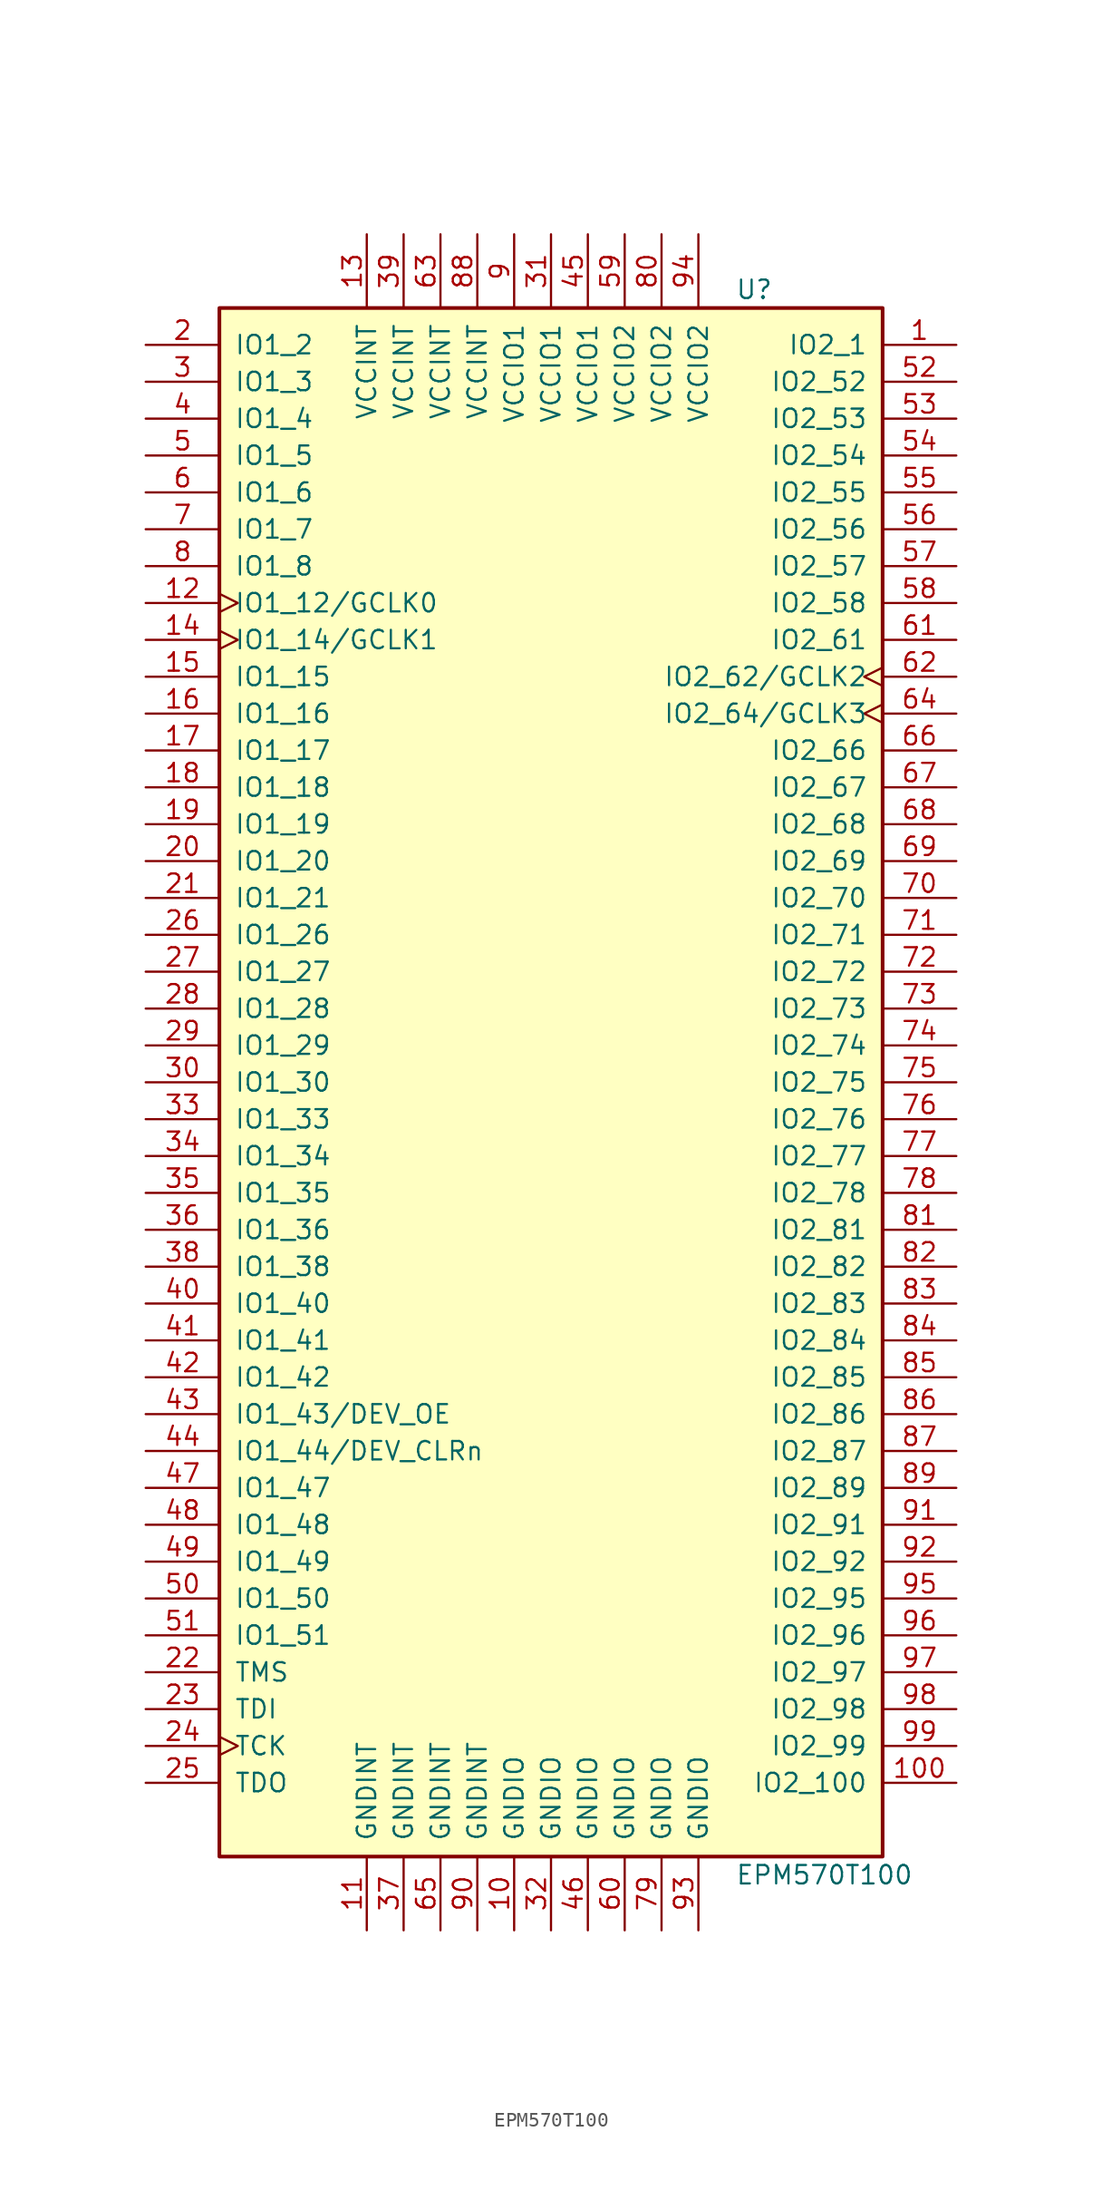
<source format=kicad_sym>
(kicad_symbol_lib
  (version 20241209)
  (generator "kicad_symbol_editor")
  (generator_version "9.0")
  (symbol "EPM570T100"
    (pin_names
      (offset 1.016))
    (property "Reference" "U"
      (at 12.7 54.61 0)
      (effects (font (size 1.27 1.27)) (justify left)))
    (property "Value" "EPM570T100"
      (at 12.7 -54.61 0)
      (effects (font (size 1.27 1.27)) (justify left)))
    (property "ki_locked" ""
      (at 0 0 0)
      (effects (font (size 1.27 1.27))))
    (symbol "EPM570T100_1_1"
      (rectangle (start -22.86 53.34) (end 22.86 -53.34) (stroke (width 0.254) (type solid)) (fill (type background)))
      (pin bidirectional line (at -27.94 50.8 0) (length 5.08) (name "IO1_2" (effects (font (size 1.27 1.27)))) (number "2" (effects (font (size 1.27 1.27)))))
      (pin bidirectional line (at -27.94 48.26 0) (length 5.08) (name "IO1_3" (effects (font (size 1.27 1.27)))) (number "3" (effects (font (size 1.27 1.27)))))
      (pin bidirectional line (at -27.94 45.72 0) (length 5.08) (name "IO1_4" (effects (font (size 1.27 1.27)))) (number "4" (effects (font (size 1.27 1.27)))))
      (pin bidirectional line (at -27.94 43.18 0) (length 5.08) (name "IO1_5" (effects (font (size 1.27 1.27)))) (number "5" (effects (font (size 1.27 1.27)))))
      (pin bidirectional line (at -27.94 40.64 0) (length 5.08) (name "IO1_6" (effects (font (size 1.27 1.27)))) (number "6" (effects (font (size 1.27 1.27)))))
      (pin bidirectional line (at -27.94 38.1 0) (length 5.08) (name "IO1_7" (effects (font (size 1.27 1.27)))) (number "7" (effects (font (size 1.27 1.27)))))
      (pin bidirectional line (at -27.94 35.56 0) (length 5.08) (name "IO1_8" (effects (font (size 1.27 1.27)))) (number "8" (effects (font (size 1.27 1.27)))))
      (pin bidirectional clock (at -27.94 33.02 0) (length 5.08) (name "IO1_12/GCLK0" (effects (font (size 1.27 1.27)))) (number "12" (effects (font (size 1.27 1.27)))))
      (pin bidirectional clock (at -27.94 30.48 0) (length 5.08) (name "IO1_14/GCLK1" (effects (font (size 1.27 1.27)))) (number "14" (effects (font (size 1.27 1.27)))))
      (pin bidirectional line (at -27.94 27.94 0) (length 5.08) (name "IO1_15" (effects (font (size 1.27 1.27)))) (number "15" (effects (font (size 1.27 1.27)))))
      (pin bidirectional line (at -27.94 25.4 0) (length 5.08) (name "IO1_16" (effects (font (size 1.27 1.27)))) (number "16" (effects (font (size 1.27 1.27)))))
      (pin bidirectional line (at -27.94 22.86 0) (length 5.08) (name "IO1_17" (effects (font (size 1.27 1.27)))) (number "17" (effects (font (size 1.27 1.27)))))
      (pin bidirectional line (at -27.94 20.32 0) (length 5.08) (name "IO1_18" (effects (font (size 1.27 1.27)))) (number "18" (effects (font (size 1.27 1.27)))))
      (pin bidirectional line (at -27.94 17.78 0) (length 5.08) (name "IO1_19" (effects (font (size 1.27 1.27)))) (number "19" (effects (font (size 1.27 1.27)))))
      (pin bidirectional line (at -27.94 15.24 0) (length 5.08) (name "IO1_20" (effects (font (size 1.27 1.27)))) (number "20" (effects (font (size 1.27 1.27)))))
      (pin bidirectional line (at -27.94 12.7 0) (length 5.08) (name "IO1_21" (effects (font (size 1.27 1.27)))) (number "21" (effects (font (size 1.27 1.27)))))
      (pin bidirectional line (at -27.94 10.16 0) (length 5.08) (name "IO1_26" (effects (font (size 1.27 1.27)))) (number "26" (effects (font (size 1.27 1.27)))))
      (pin bidirectional line (at -27.94 7.62 0) (length 5.08) (name "IO1_27" (effects (font (size 1.27 1.27)))) (number "27" (effects (font (size 1.27 1.27)))))
      (pin bidirectional line (at -27.94 5.08 0) (length 5.08) (name "IO1_28" (effects (font (size 1.27 1.27)))) (number "28" (effects (font (size 1.27 1.27)))))
      (pin bidirectional line (at -27.94 2.54 0) (length 5.08) (name "IO1_29" (effects (font (size 1.27 1.27)))) (number "29" (effects (font (size 1.27 1.27)))))
      (pin bidirectional line (at -27.94 0 0) (length 5.08) (name "IO1_30" (effects (font (size 1.27 1.27)))) (number "30" (effects (font (size 1.27 1.27)))))
      (pin bidirectional line (at -27.94 -2.54 0) (length 5.08) (name "IO1_33" (effects (font (size 1.27 1.27)))) (number "33" (effects (font (size 1.27 1.27)))))
      (pin bidirectional line (at -27.94 -5.08 0) (length 5.08) (name "IO1_34" (effects (font (size 1.27 1.27)))) (number "34" (effects (font (size 1.27 1.27)))))
      (pin bidirectional line (at -27.94 -7.62 0) (length 5.08) (name "IO1_35" (effects (font (size 1.27 1.27)))) (number "35" (effects (font (size 1.27 1.27)))))
      (pin bidirectional line (at -27.94 -10.16 0) (length 5.08) (name "IO1_36" (effects (font (size 1.27 1.27)))) (number "36" (effects (font (size 1.27 1.27)))))
      (pin bidirectional line (at -27.94 -12.7 0) (length 5.08) (name "IO1_38" (effects (font (size 1.27 1.27)))) (number "38" (effects (font (size 1.27 1.27)))))
      (pin bidirectional line (at -27.94 -15.24 0) (length 5.08) (name "IO1_40" (effects (font (size 1.27 1.27)))) (number "40" (effects (font (size 1.27 1.27)))))
      (pin bidirectional line (at -27.94 -17.78 0) (length 5.08) (name "IO1_41" (effects (font (size 1.27 1.27)))) (number "41" (effects (font (size 1.27 1.27)))))
      (pin bidirectional line (at -27.94 -20.32 0) (length 5.08) (name "IO1_42" (effects (font (size 1.27 1.27)))) (number "42" (effects (font (size 1.27 1.27)))))
      (pin bidirectional line (at -27.94 -22.86 0) (length 5.08) (name "IO1_43/DEV_OE" (effects (font (size 1.27 1.27)))) (number "43" (effects (font (size 1.27 1.27)))))
      (pin bidirectional line (at -27.94 -25.4 0) (length 5.08) (name "IO1_44/DEV_CLRn" (effects (font (size 1.27 1.27)))) (number "44" (effects (font (size 1.27 1.27)))))
      (pin bidirectional line (at -27.94 -27.94 0) (length 5.08) (name "IO1_47" (effects (font (size 1.27 1.27)))) (number "47" (effects (font (size 1.27 1.27)))))
      (pin bidirectional line (at -27.94 -30.48 0) (length 5.08) (name "IO1_48" (effects (font (size 1.27 1.27)))) (number "48" (effects (font (size 1.27 1.27)))))
      (pin bidirectional line (at -27.94 -33.02 0) (length 5.08) (name "IO1_49" (effects (font (size 1.27 1.27)))) (number "49" (effects (font (size 1.27 1.27)))))
      (pin bidirectional line (at -27.94 -35.56 0) (length 5.08) (name "IO1_50" (effects (font (size 1.27 1.27)))) (number "50" (effects (font (size 1.27 1.27)))))
      (pin bidirectional line (at -27.94 -38.1 0) (length 5.08) (name "IO1_51" (effects (font (size 1.27 1.27)))) (number "51" (effects (font (size 1.27 1.27)))))
      (pin input line (at -27.94 -40.64 0) (length 5.08) (name "TMS" (effects (font (size 1.27 1.27)))) (number "22" (effects (font (size 1.27 1.27)))))
      (pin input line (at -27.94 -43.18 0) (length 5.08) (name "TDI" (effects (font (size 1.27 1.27)))) (number "23" (effects (font (size 1.27 1.27)))))
      (pin input clock (at -27.94 -45.72 0) (length 5.08) (name "TCK" (effects (font (size 1.27 1.27)))) (number "24" (effects (font (size 1.27 1.27)))))
      (pin output line (at -27.94 -48.26 0) (length 5.08) (name "TDO" (effects (font (size 1.27 1.27)))) (number "25" (effects (font (size 1.27 1.27)))))
      (pin power_in line (at -12.7 58.42 270) (length 5.08) (name "VCCINT" (effects (font (size 1.27 1.27)))) (number "13" (effects (font (size 1.27 1.27)))))
      (pin power_in line (at -12.7 -58.42 90) (length 5.08) (name "GNDINT" (effects (font (size 1.27 1.27)))) (number "11" (effects (font (size 1.27 1.27)))))
      (pin power_in line (at -10.16 58.42 270) (length 5.08) (name "VCCINT" (effects (font (size 1.27 1.27)))) (number "39" (effects (font (size 1.27 1.27)))))
      (pin power_in line (at -10.16 -58.42 90) (length 5.08) (name "GNDINT" (effects (font (size 1.27 1.27)))) (number "37" (effects (font (size 1.27 1.27)))))
      (pin power_in line (at -7.62 58.42 270) (length 5.08) (name "VCCINT" (effects (font (size 1.27 1.27)))) (number "63" (effects (font (size 1.27 1.27)))))
      (pin power_in line (at -7.62 -58.42 90) (length 5.08) (name "GNDINT" (effects (font (size 1.27 1.27)))) (number "65" (effects (font (size 1.27 1.27)))))
      (pin power_in line (at -5.08 58.42 270) (length 5.08) (name "VCCINT" (effects (font (size 1.27 1.27)))) (number "88" (effects (font (size 1.27 1.27)))))
      (pin power_in line (at -5.08 -58.42 90) (length 5.08) (name "GNDINT" (effects (font (size 1.27 1.27)))) (number "90" (effects (font (size 1.27 1.27)))))
      (pin power_in line (at -2.54 58.42 270) (length 5.08) (name "VCCIO1" (effects (font (size 1.27 1.27)))) (number "9" (effects (font (size 1.27 1.27)))))
      (pin power_in line (at -2.54 -58.42 90) (length 5.08) (name "GNDIO" (effects (font (size 1.27 1.27)))) (number "10" (effects (font (size 1.27 1.27)))))
      (pin power_in line (at 0 58.42 270) (length 5.08) (name "VCCIO1" (effects (font (size 1.27 1.27)))) (number "31" (effects (font (size 1.27 1.27)))))
      (pin power_in line (at 0 -58.42 90) (length 5.08) (name "GNDIO" (effects (font (size 1.27 1.27)))) (number "32" (effects (font (size 1.27 1.27)))))
      (pin power_in line (at 2.54 58.42 270) (length 5.08) (name "VCCIO1" (effects (font (size 1.27 1.27)))) (number "45" (effects (font (size 1.27 1.27)))))
      (pin power_in line (at 2.54 -58.42 90) (length 5.08) (name "GNDIO" (effects (font (size 1.27 1.27)))) (number "46" (effects (font (size 1.27 1.27)))))
      (pin power_in line (at 5.08 58.42 270) (length 5.08) (name "VCCIO2" (effects (font (size 1.27 1.27)))) (number "59" (effects (font (size 1.27 1.27)))))
      (pin power_in line (at 5.08 -58.42 90) (length 5.08) (name "GNDIO" (effects (font (size 1.27 1.27)))) (number "60" (effects (font (size 1.27 1.27)))))
      (pin power_in line (at 7.62 58.42 270) (length 5.08) (name "VCCIO2" (effects (font (size 1.27 1.27)))) (number "80" (effects (font (size 1.27 1.27)))))
      (pin power_in line (at 7.62 -58.42 90) (length 5.08) (name "GNDIO" (effects (font (size 1.27 1.27)))) (number "79" (effects (font (size 1.27 1.27)))))
      (pin power_in line (at 10.16 58.42 270) (length 5.08) (name "VCCIO2" (effects (font (size 1.27 1.27)))) (number "94" (effects (font (size 1.27 1.27)))))
      (pin power_in line (at 10.16 -58.42 90) (length 5.08) (name "GNDIO" (effects (font (size 1.27 1.27)))) (number "93" (effects (font (size 1.27 1.27)))))
      (pin bidirectional line (at 27.94 50.8 180) (length 5.08) (name "IO2_1" (effects (font (size 1.27 1.27)))) (number "1" (effects (font (size 1.27 1.27)))))
      (pin bidirectional line (at 27.94 48.26 180) (length 5.08) (name "IO2_52" (effects (font (size 1.27 1.27)))) (number "52" (effects (font (size 1.27 1.27)))))
      (pin bidirectional line (at 27.94 45.72 180) (length 5.08) (name "IO2_53" (effects (font (size 1.27 1.27)))) (number "53" (effects (font (size 1.27 1.27)))))
      (pin bidirectional line (at 27.94 43.18 180) (length 5.08) (name "IO2_54" (effects (font (size 1.27 1.27)))) (number "54" (effects (font (size 1.27 1.27)))))
      (pin bidirectional line (at 27.94 40.64 180) (length 5.08) (name "IO2_55" (effects (font (size 1.27 1.27)))) (number "55" (effects (font (size 1.27 1.27)))))
      (pin bidirectional line (at 27.94 38.1 180) (length 5.08) (name "IO2_56" (effects (font (size 1.27 1.27)))) (number "56" (effects (font (size 1.27 1.27)))))
      (pin bidirectional line (at 27.94 35.56 180) (length 5.08) (name "IO2_57" (effects (font (size 1.27 1.27)))) (number "57" (effects (font (size 1.27 1.27)))))
      (pin bidirectional line (at 27.94 33.02 180) (length 5.08) (name "IO2_58" (effects (font (size 1.27 1.27)))) (number "58" (effects (font (size 1.27 1.27)))))
      (pin bidirectional line (at 27.94 30.48 180) (length 5.08) (name "IO2_61" (effects (font (size 1.27 1.27)))) (number "61" (effects (font (size 1.27 1.27)))))
      (pin bidirectional clock (at 27.94 27.94 180) (length 5.08) (name "IO2_62/GCLK2" (effects (font (size 1.27 1.27)))) (number "62" (effects (font (size 1.27 1.27)))))
      (pin bidirectional clock (at 27.94 25.4 180) (length 5.08) (name "IO2_64/GCLK3" (effects (font (size 1.27 1.27)))) (number "64" (effects (font (size 1.27 1.27)))))
      (pin bidirectional line (at 27.94 22.86 180) (length 5.08) (name "IO2_66" (effects (font (size 1.27 1.27)))) (number "66" (effects (font (size 1.27 1.27)))))
      (pin bidirectional line (at 27.94 20.32 180) (length 5.08) (name "IO2_67" (effects (font (size 1.27 1.27)))) (number "67" (effects (font (size 1.27 1.27)))))
      (pin bidirectional line (at 27.94 17.78 180) (length 5.08) (name "IO2_68" (effects (font (size 1.27 1.27)))) (number "68" (effects (font (size 1.27 1.27)))))
      (pin bidirectional line (at 27.94 15.24 180) (length 5.08) (name "IO2_69" (effects (font (size 1.27 1.27)))) (number "69" (effects (font (size 1.27 1.27)))))
      (pin bidirectional line (at 27.94 12.7 180) (length 5.08) (name "IO2_70" (effects (font (size 1.27 1.27)))) (number "70" (effects (font (size 1.27 1.27)))))
      (pin bidirectional line (at 27.94 10.16 180) (length 5.08) (name "IO2_71" (effects (font (size 1.27 1.27)))) (number "71" (effects (font (size 1.27 1.27)))))
      (pin bidirectional line (at 27.94 7.62 180) (length 5.08) (name "IO2_72" (effects (font (size 1.27 1.27)))) (number "72" (effects (font (size 1.27 1.27)))))
      (pin bidirectional line (at 27.94 5.08 180) (length 5.08) (name "IO2_73" (effects (font (size 1.27 1.27)))) (number "73" (effects (font (size 1.27 1.27)))))
      (pin bidirectional line (at 27.94 2.54 180) (length 5.08) (name "IO2_74" (effects (font (size 1.27 1.27)))) (number "74" (effects (font (size 1.27 1.27)))))
      (pin bidirectional line (at 27.94 0 180) (length 5.08) (name "IO2_75" (effects (font (size 1.27 1.27)))) (number "75" (effects (font (size 1.27 1.27)))))
      (pin bidirectional line (at 27.94 -2.54 180) (length 5.08) (name "IO2_76" (effects (font (size 1.27 1.27)))) (number "76" (effects (font (size 1.27 1.27)))))
      (pin bidirectional line (at 27.94 -5.08 180) (length 5.08) (name "IO2_77" (effects (font (size 1.27 1.27)))) (number "77" (effects (font (size 1.27 1.27)))))
      (pin bidirectional line (at 27.94 -7.62 180) (length 5.08) (name "IO2_78" (effects (font (size 1.27 1.27)))) (number "78" (effects (font (size 1.27 1.27)))))
      (pin bidirectional line (at 27.94 -10.16 180) (length 5.08) (name "IO2_81" (effects (font (size 1.27 1.27)))) (number "81" (effects (font (size 1.27 1.27)))))
      (pin bidirectional line (at 27.94 -12.7 180) (length 5.08) (name "IO2_82" (effects (font (size 1.27 1.27)))) (number "82" (effects (font (size 1.27 1.27)))))
      (pin bidirectional line (at 27.94 -15.24 180) (length 5.08) (name "IO2_83" (effects (font (size 1.27 1.27)))) (number "83" (effects (font (size 1.27 1.27)))))
      (pin bidirectional line (at 27.94 -17.78 180) (length 5.08) (name "IO2_84" (effects (font (size 1.27 1.27)))) (number "84" (effects (font (size 1.27 1.27)))))
      (pin bidirectional line (at 27.94 -20.32 180) (length 5.08) (name "IO2_85" (effects (font (size 1.27 1.27)))) (number "85" (effects (font (size 1.27 1.27)))))
      (pin bidirectional line (at 27.94 -22.86 180) (length 5.08) (name "IO2_86" (effects (font (size 1.27 1.27)))) (number "86" (effects (font (size 1.27 1.27)))))
      (pin bidirectional line (at 27.94 -25.4 180) (length 5.08) (name "IO2_87" (effects (font (size 1.27 1.27)))) (number "87" (effects (font (size 1.27 1.27)))))
      (pin bidirectional line (at 27.94 -27.94 180) (length 5.08) (name "IO2_89" (effects (font (size 1.27 1.27)))) (number "89" (effects (font (size 1.27 1.27)))))
      (pin bidirectional line (at 27.94 -30.48 180) (length 5.08) (name "IO2_91" (effects (font (size 1.27 1.27)))) (number "91" (effects (font (size 1.27 1.27)))))
      (pin bidirectional line (at 27.94 -33.02 180) (length 5.08) (name "IO2_92" (effects (font (size 1.27 1.27)))) (number "92" (effects (font (size 1.27 1.27)))))
      (pin bidirectional line (at 27.94 -35.56 180) (length 5.08) (name "IO2_95" (effects (font (size 1.27 1.27)))) (number "95" (effects (font (size 1.27 1.27)))))
      (pin bidirectional line (at 27.94 -38.1 180) (length 5.08) (name "IO2_96" (effects (font (size 1.27 1.27)))) (number "96" (effects (font (size 1.27 1.27)))))
      (pin bidirectional line (at 27.94 -40.64 180) (length 5.08) (name "IO2_97" (effects (font (size 1.27 1.27)))) (number "97" (effects (font (size 1.27 1.27)))))
      (pin bidirectional line (at 27.94 -43.18 180) (length 5.08) (name "IO2_98" (effects (font (size 1.27 1.27)))) (number "98" (effects (font (size 1.27 1.27)))))
      (pin bidirectional line (at 27.94 -45.72 180) (length 5.08) (name "IO2_99" (effects (font (size 1.27 1.27)))) (number "99" (effects (font (size 1.27 1.27)))))
      (pin bidirectional line (at 27.94 -48.26 180) (length 5.08) (name "IO2_100" (effects (font (size 1.27 1.27)))) (number "100" (effects (font (size 1.27 1.27))))))))
</source>
